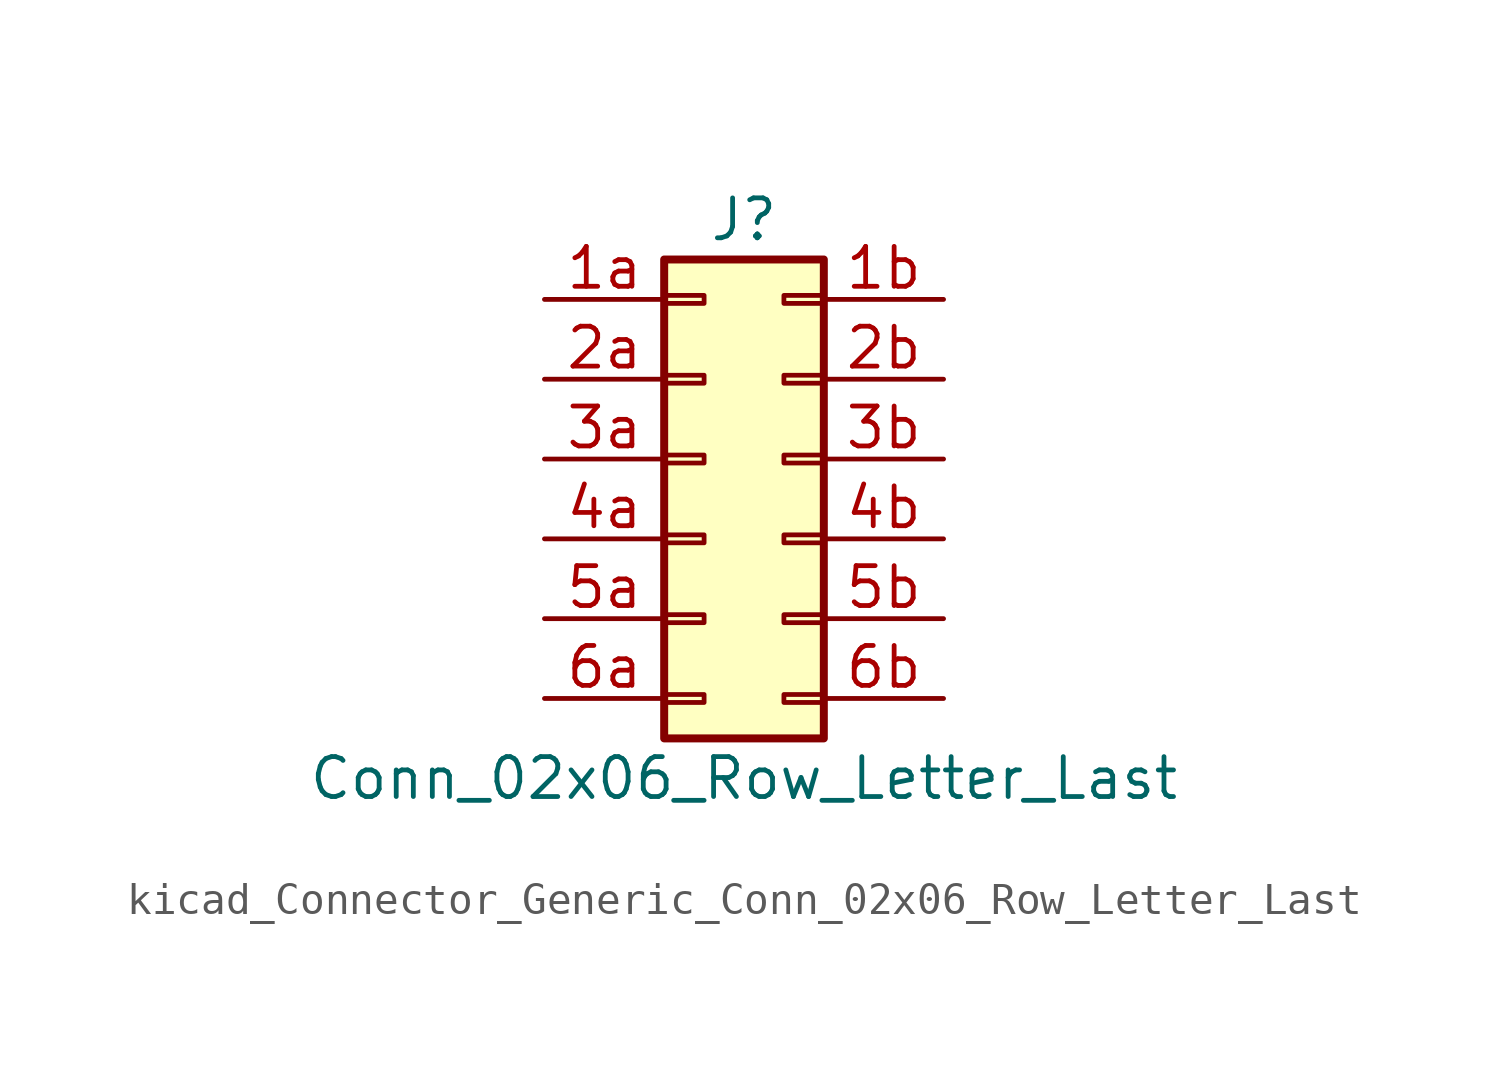
<source format=kicad_sym>
(kicad_symbol_lib
  (version 20220914)
  (generator kicad_symbol_editor)
  (symbol "kicad_Connector_Generic_Conn_02x06_Row_Letter_Last"
    (pin_names
      (offset 1.016) hide)
    (property "Reference" "J"
      (at 1.27 7.62 0)
      (effects (font (size 1.27 1.27))))
    (property "Value" "Conn_02x06_Row_Letter_Last"
      (at 1.27 -10.16 0)
      (effects (font (size 1.27 1.27))))
    (symbol "kicad_Connector_Generic_Conn_02x06_Row_Letter_Last_1_1"
      (rectangle (start -1.27 -7.493) (end 0 -7.747) (stroke (width 0.152) (type default)) (fill (type none)))
      (rectangle (start -1.27 -4.953) (end 0 -5.207) (stroke (width 0.152) (type default)) (fill (type none)))
      (rectangle (start -1.27 -2.413) (end 0 -2.667) (stroke (width 0.152) (type default)) (fill (type none)))
      (rectangle (start -1.27 0.127) (end 0 -0.127) (stroke (width 0.152) (type default)) (fill (type none)))
      (rectangle (start -1.27 2.667) (end 0 2.413) (stroke (width 0.152) (type default)) (fill (type none)))
      (rectangle (start -1.27 5.207) (end 0 4.953) (stroke (width 0.152) (type default)) (fill (type none)))
      (rectangle (start -1.27 6.35) (end 3.81 -8.89) (stroke (width 0.254) (type default)) (fill (type background)))
      (rectangle (start 3.81 -7.493) (end 2.54 -7.747) (stroke (width 0.152) (type default)) (fill (type none)))
      (rectangle (start 3.81 -4.953) (end 2.54 -5.207) (stroke (width 0.152) (type default)) (fill (type none)))
      (rectangle (start 3.81 -2.413) (end 2.54 -2.667) (stroke (width 0.152) (type default)) (fill (type none)))
      (rectangle (start 3.81 0.127) (end 2.54 -0.127) (stroke (width 0.152) (type default)) (fill (type none)))
      (rectangle (start 3.81 2.667) (end 2.54 2.413) (stroke (width 0.152) (type default)) (fill (type none)))
      (rectangle (start 3.81 5.207) (end 2.54 4.953) (stroke (width 0.152) (type default)) (fill (type none)))
      (pin passive line (at -5.08 5.08 0) (length 3.81) (name "Pin_1a" (effects (font (size 1.27 1.27)))) (number "1a" (effects (font (size 1.27 1.27)))))
      (pin passive line (at 7.62 5.08 180) (length 3.81) (name "Pin_1b" (effects (font (size 1.27 1.27)))) (number "1b" (effects (font (size 1.27 1.27)))))
      (pin passive line (at -5.08 2.54 0) (length 3.81) (name "Pin_2a" (effects (font (size 1.27 1.27)))) (number "2a" (effects (font (size 1.27 1.27)))))
      (pin passive line (at 7.62 2.54 180) (length 3.81) (name "Pin_2b" (effects (font (size 1.27 1.27)))) (number "2b" (effects (font (size 1.27 1.27)))))
      (pin passive line (at -5.08 0 0) (length 3.81) (name "Pin_3a" (effects (font (size 1.27 1.27)))) (number "3a" (effects (font (size 1.27 1.27)))))
      (pin passive line (at 7.62 0 180) (length 3.81) (name "Pin_3b" (effects (font (size 1.27 1.27)))) (number "3b" (effects (font (size 1.27 1.27)))))
      (pin passive line (at -5.08 -2.54 0) (length 3.81) (name "Pin_4a" (effects (font (size 1.27 1.27)))) (number "4a" (effects (font (size 1.27 1.27)))))
      (pin passive line (at 7.62 -2.54 180) (length 3.81) (name "Pin_4b" (effects (font (size 1.27 1.27)))) (number "4b" (effects (font (size 1.27 1.27)))))
      (pin passive line (at -5.08 -5.08 0) (length 3.81) (name "Pin_5a" (effects (font (size 1.27 1.27)))) (number "5a" (effects (font (size 1.27 1.27)))))
      (pin passive line (at 7.62 -5.08 180) (length 3.81) (name "Pin_5b" (effects (font (size 1.27 1.27)))) (number "5b" (effects (font (size 1.27 1.27)))))
      (pin passive line (at -5.08 -7.62 0) (length 3.81) (name "Pin_6a" (effects (font (size 1.27 1.27)))) (number "6a" (effects (font (size 1.27 1.27)))))
      (pin passive line (at 7.62 -7.62 180) (length 3.81) (name "Pin_6b" (effects (font (size 1.27 1.27)))) (number "6b" (effects (font (size 1.27 1.27))))))))
</source>
